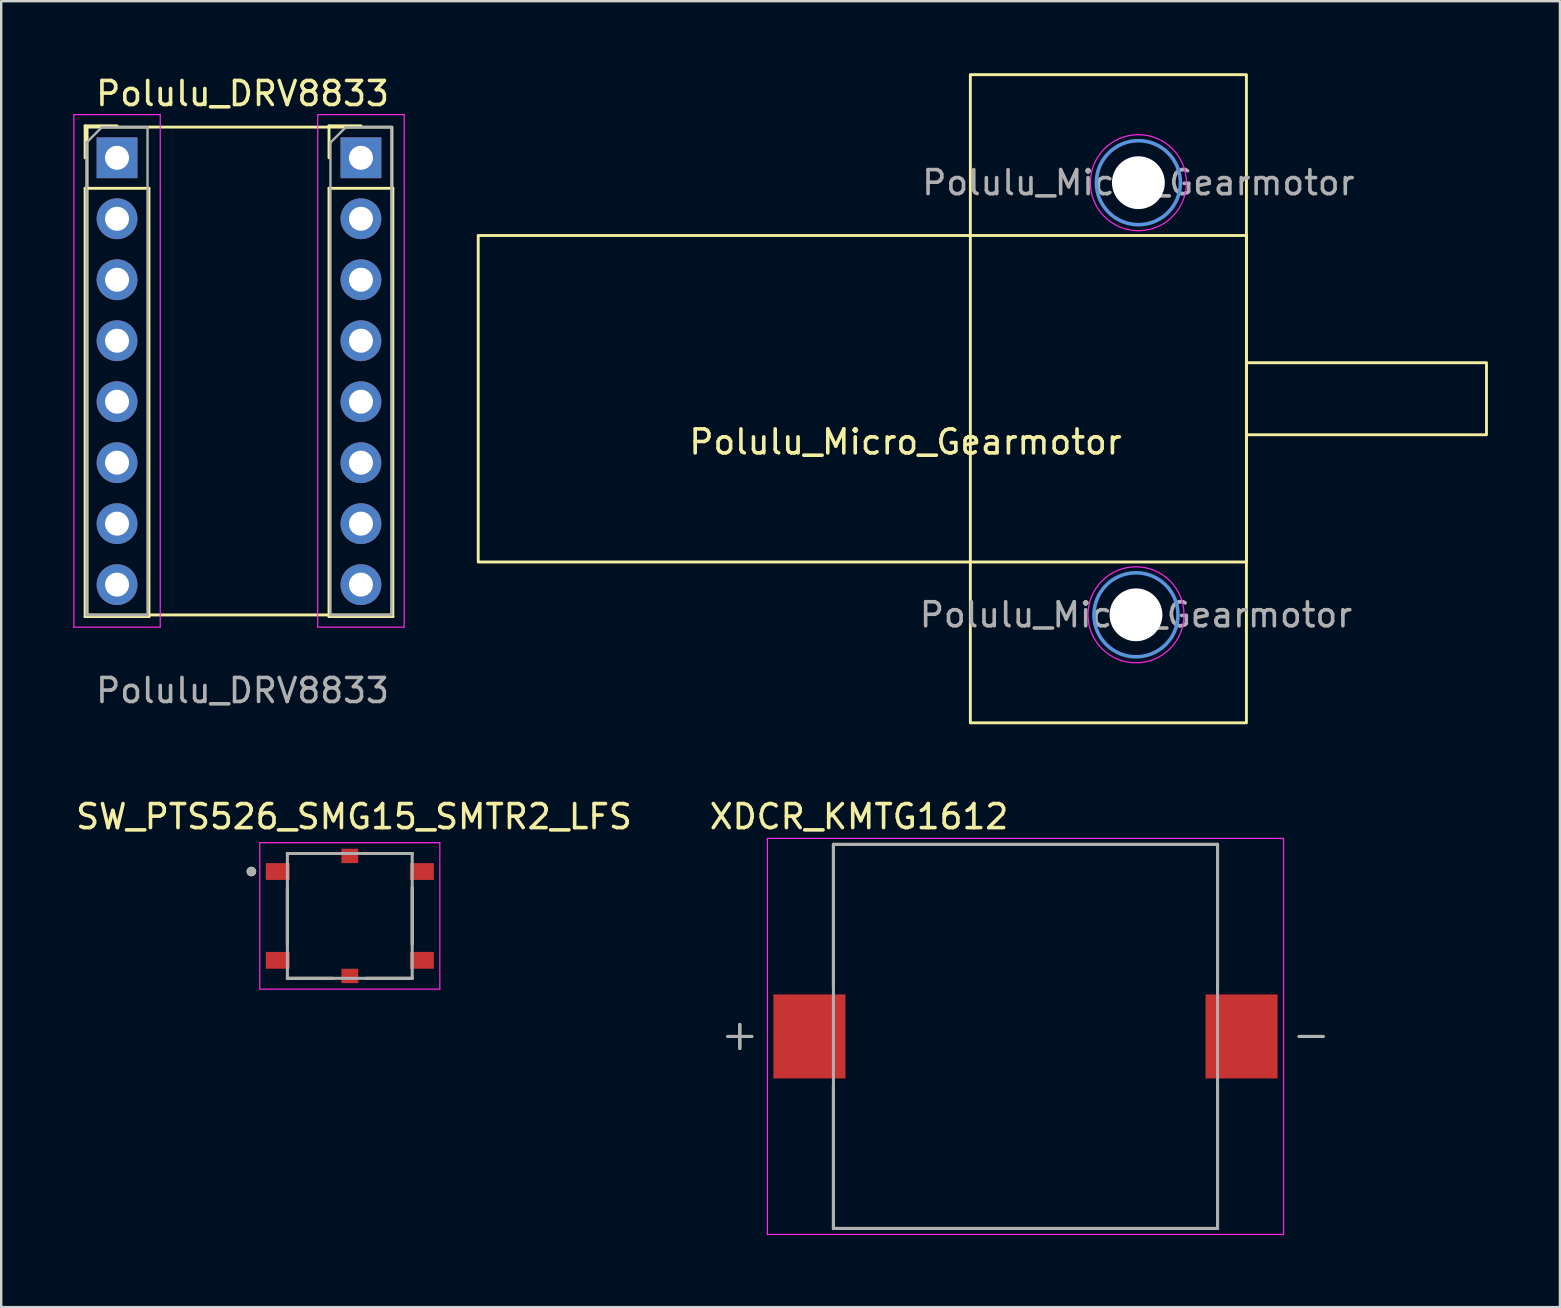
<source format=kicad_pcb>
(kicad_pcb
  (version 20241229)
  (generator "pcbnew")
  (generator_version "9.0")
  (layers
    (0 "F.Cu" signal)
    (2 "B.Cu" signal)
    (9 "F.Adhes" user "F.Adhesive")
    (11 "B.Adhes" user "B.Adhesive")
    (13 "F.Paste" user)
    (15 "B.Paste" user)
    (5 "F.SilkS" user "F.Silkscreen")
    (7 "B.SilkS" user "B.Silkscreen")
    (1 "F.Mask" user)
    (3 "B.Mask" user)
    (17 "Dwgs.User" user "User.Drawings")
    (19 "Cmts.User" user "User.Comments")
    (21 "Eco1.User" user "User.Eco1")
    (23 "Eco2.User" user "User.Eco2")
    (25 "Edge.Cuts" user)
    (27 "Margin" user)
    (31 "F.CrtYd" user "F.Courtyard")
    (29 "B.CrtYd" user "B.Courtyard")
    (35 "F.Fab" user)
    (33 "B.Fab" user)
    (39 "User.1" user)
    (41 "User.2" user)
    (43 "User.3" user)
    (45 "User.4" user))
  (footprint "SW_PTS526_SMG15_SMTR2_LFS"
    (layer "F.Cu")
    (at 11.521 35.103)
    (property "Reference" "SW_PTS526_SMG15_SMTR2_LFS" (at 0.175 -4.135 0) (layer "F.SilkS") (effects (font (size 1 1) (thickness 0.15))))
    (attr smd)
    (fp_line (start -2.6 -2.6) (end -0.67 -2.6) (stroke (width 0.127) (type solid)) (layer "F.SilkS"))
    (fp_line (start -2.6 -1.18) (end -2.6 1.18) (stroke (width 0.127) (type solid)) (layer "F.SilkS"))
    (fp_line (start -2.6 2.6) (end -0.67 2.6) (stroke (width 0.127) (type solid)) (layer "F.SilkS"))
    (fp_line (start 0.67 -2.6) (end 2.6 -2.6) (stroke (width 0.127) (type solid)) (layer "F.SilkS"))
    (fp_line (start 0.67 2.6) (end 2.6 2.6) (stroke (width 0.127) (type solid)) (layer "F.SilkS"))
    (fp_line (start 2.6 -1.18) (end 2.6 1.18) (stroke (width 0.127) (type solid)) (layer "F.SilkS"))
    (fp_circle (center -4.1 -1.85) (end -4 -1.85) (stroke (width 0.2) (type solid)) (fill no) (layer "F.SilkS"))
    (fp_line (start -3.75 -3.05) (end 3.75 -3.05) (stroke (width 0.05) (type solid)) (layer "F.CrtYd"))
    (fp_line (start -3.75 3.05) (end -3.75 -3.05) (stroke (width 0.05) (type solid)) (layer "F.CrtYd"))
    (fp_line (start 3.75 -3.05) (end 3.75 3.05) (stroke (width 0.05) (type solid)) (layer "F.CrtYd"))
    (fp_line (start 3.75 3.05) (end -3.75 3.05) (stroke (width 0.05) (type solid)) (layer "F.CrtYd"))
    (fp_line (start -2.6 -2.6) (end 2.6 -2.6) (stroke (width 0.127) (type solid)) (layer "F.Fab"))
    (fp_line (start -2.6 2.6) (end -2.6 -2.6) (stroke (width 0.127) (type solid)) (layer "F.Fab"))
    (fp_line (start 2.6 -2.6) (end 2.6 2.6) (stroke (width 0.127) (type solid)) (layer "F.Fab"))
    (fp_line (start 2.6 2.6) (end -2.6 2.6) (stroke (width 0.127) (type solid)) (layer "F.Fab"))
    (fp_circle (center -4.1 -1.85) (end -4 -1.85) (stroke (width 0.2) (type solid)) (fill no) (layer "F.Fab"))
    (pad "1" smd rect (at -3 -1.85) (size 1 0.7) (layers "F.Cu" "F.Mask" "F.Paste"))
    (pad "2" smd rect (at 3 -1.85) (size 1 0.7) (layers "F.Cu" "F.Mask" "F.Paste"))
    (pad "3" smd rect (at -3 1.85) (size 1 0.7) (layers "F.Cu" "F.Mask" "F.Paste"))
    (pad "4" smd rect (at 3 1.85) (size 1 0.7) (layers "F.Cu" "F.Mask" "F.Paste"))
    (pad "G1" smd rect (at 0 -2.5) (size 0.7 0.6) (layers "F.Cu" "F.Mask" "F.Paste"))
    (pad "G2" smd rect (at 0 2.5) (size 0.7 0.6) (layers "F.Cu" "F.Mask" "F.Paste")))
  (footprint "Polulu_DRV8833"
    (layer "F.Cu")
    (at 7.054 12.532)
    (property "Reference" "Polulu_DRV8833" (at 0 -11.684 0) (unlocked yes) (layer "F.SilkS") (effects (font (size 1 1) (thickness 0.15))))
    (attr through_hole)
    (fp_line (start -6.559 -10.339) (end -5.229 -10.339) (stroke (width 0.12) (type solid)) (layer "F.SilkS"))
    (fp_line (start -6.559 -9.009) (end -6.559 -10.339) (stroke (width 0.12) (type solid)) (layer "F.SilkS"))
    (fp_line (start -6.559 -7.739) (end -6.559 10.101) (stroke (width 0.12) (type solid)) (layer "F.SilkS"))
    (fp_line (start -6.559 -7.739) (end -3.899 -7.739) (stroke (width 0.12) (type solid)) (layer "F.SilkS"))
    (fp_line (start -6.559 10.101) (end -3.899 10.101) (stroke (width 0.12) (type solid)) (layer "F.SilkS"))
    (fp_line (start -3.899 -7.739) (end -3.899 10.101) (stroke (width 0.12) (type solid)) (layer "F.SilkS"))
    (fp_line (start 3.601 -10.339) (end 4.931 -10.339) (stroke (width 0.12) (type solid)) (layer "F.SilkS"))
    (fp_line (start 3.601 -9.009) (end 3.601 -10.339) (stroke (width 0.12) (type solid)) (layer "F.SilkS"))
    (fp_line (start 3.601 -7.739) (end 3.601 10.101) (stroke (width 0.12) (type solid)) (layer "F.SilkS"))
    (fp_line (start 3.601 -7.739) (end 6.261 -7.739) (stroke (width 0.12) (type solid)) (layer "F.SilkS"))
    (fp_line (start 3.601 10.101) (end 6.261 10.101) (stroke (width 0.12) (type solid)) (layer "F.SilkS"))
    (fp_line (start 6.261 -7.739) (end 6.261 10.101) (stroke (width 0.12) (type solid)) (layer "F.SilkS"))
    (fp_rect (start -6.477 -10.287) (end 6.223 10.033) (stroke (width 0.12) (type solid)) (fill no) (layer "F.SilkS"))
    (fp_line (start -7.029 -10.809) (end -7.029 10.541) (stroke (width 0.05) (type solid)) (layer "F.CrtYd"))
    (fp_line (start -7.029 10.541) (end -3.429 10.541) (stroke (width 0.05) (type solid)) (layer "F.CrtYd"))
    (fp_line (start -3.429 -10.809) (end -7.029 -10.809) (stroke (width 0.05) (type solid)) (layer "F.CrtYd"))
    (fp_line (start -3.429 10.541) (end -3.429 -10.809) (stroke (width 0.05) (type solid)) (layer "F.CrtYd"))
    (fp_line (start 3.131 -10.809) (end 3.131 10.541) (stroke (width 0.05) (type solid)) (layer "F.CrtYd"))
    (fp_line (start 3.131 10.541) (end 6.731 10.541) (stroke (width 0.05) (type solid)) (layer "F.CrtYd"))
    (fp_line (start 6.731 -10.809) (end 3.131 -10.809) (stroke (width 0.05) (type solid)) (layer "F.CrtYd"))
    (fp_line (start 6.731 10.541) (end 6.731 -10.809) (stroke (width 0.05) (type solid)) (layer "F.CrtYd"))
    (fp_line (start -6.499 -9.644) (end -5.864 -10.279) (stroke (width 0.1) (type solid)) (layer "F.Fab"))
    (fp_line (start -6.499 10.041) (end -6.499 -9.644) (stroke (width 0.1) (type solid)) (layer "F.Fab"))
    (fp_line (start -5.864 -10.279) (end -3.959 -10.279) (stroke (width 0.1) (type solid)) (layer "F.Fab"))
    (fp_line (start -3.959 -10.279) (end -3.959 10.041) (stroke (width 0.1) (type solid)) (layer "F.Fab"))
    (fp_line (start -3.959 10.041) (end -6.499 10.041) (stroke (width 0.1) (type solid)) (layer "F.Fab"))
    (fp_line (start 3.661 -9.644) (end 4.296 -10.279) (stroke (width 0.1) (type solid)) (layer "F.Fab"))
    (fp_line (start 3.661 10.041) (end 3.661 -9.644) (stroke (width 0.1) (type solid)) (layer "F.Fab"))
    (fp_line (start 4.296 -10.279) (end 6.201 -10.279) (stroke (width 0.1) (type solid)) (layer "F.Fab"))
    (fp_line (start 6.201 -10.279) (end 6.201 10.041) (stroke (width 0.1) (type solid)) (layer "F.Fab"))
    (fp_line (start 6.201 10.041) (end 3.661 10.041) (stroke (width 0.1) (type solid)) (layer "F.Fab"))
    (fp_text user "${REFERENCE}" (at 0 13.184 0) (unlocked yes) (layer "F.Fab") (effects (font (size 1 1) (thickness 0.15))))
    (pad "1" thru_hole rect (at -5.229 -9.009) (size 1.7 1.7) (drill 1) (layers "*.Cu" "*.Mask"))
    (pad "2" thru_hole oval (at -5.229 -6.469) (size 1.7 1.7) (drill 1) (layers "*.Cu" "*.Mask"))
    (pad "3" thru_hole oval (at -5.229 -3.929) (size 1.7 1.7) (drill 1) (layers "*.Cu" "*.Mask"))
    (pad "4" thru_hole oval (at -5.229 -1.389) (size 1.7 1.7) (drill 1) (layers "*.Cu" "*.Mask"))
    (pad "5" thru_hole oval (at -5.229 1.151) (size 1.7 1.7) (drill 1) (layers "*.Cu" "*.Mask"))
    (pad "6" thru_hole oval (at -5.229 3.691) (size 1.7 1.7) (drill 1) (layers "*.Cu" "*.Mask"))
    (pad "7" thru_hole oval (at -5.229 6.231) (size 1.7 1.7) (drill 1) (layers "*.Cu" "*.Mask"))
    (pad "8" thru_hole oval (at -5.229 8.771) (size 1.7 1.7) (drill 1) (layers "*.Cu" "*.Mask"))
    (pad "9" thru_hole rect (at 4.931 -9.009) (size 1.7 1.7) (drill 1) (layers "*.Cu" "*.Mask"))
    (pad "10" thru_hole oval (at 4.931 -6.469) (size 1.7 1.7) (drill 1) (layers "*.Cu" "*.Mask"))
    (pad "11" thru_hole oval (at 4.931 -3.929) (size 1.7 1.7) (drill 1) (layers "*.Cu" "*.Mask"))
    (pad "12" thru_hole oval (at 4.931 -1.389) (size 1.7 1.7) (drill 1) (layers "*.Cu" "*.Mask"))
    (pad "13" thru_hole oval (at 4.931 1.151) (size 1.7 1.7) (drill 1) (layers "*.Cu" "*.Mask"))
    (pad "14" thru_hole oval (at 4.931 3.691) (size 1.7 1.7) (drill 1) (layers "*.Cu" "*.Mask"))
    (pad "15" thru_hole oval (at 4.931 6.231) (size 1.7 1.7) (drill 1) (layers "*.Cu" "*.Mask"))
    (pad "16" thru_hole oval (at 4.931 8.771) (size 1.7 1.7) (drill 1) (layers "*.Cu" "*.Mask")))
  (footprint "XDCR_KMTG1612"
    (layer "F.Cu")
    (at 39.667 40.123)
    (property "Reference" "XDCR_KMTG1612" (at -6.935 -9.155 0) (layer "F.SilkS") (effects (font (size 1 1) (thickness 0.15))))
    (attr smd)
    (fp_line (start -12.4 0) (end -11.4 0) (stroke (width 0.127) (type solid)) (layer "F.SilkS"))
    (fp_line (start -11.9 -0.5) (end -11.9 0.5) (stroke (width 0.127) (type solid)) (layer "F.SilkS"))
    (fp_line (start -8 -8) (end 8 -8) (stroke (width 0.127) (type solid)) (layer "F.SilkS"))
    (fp_line (start -8 -2.07) (end -8 -8) (stroke (width 0.127) (type solid)) (layer "F.SilkS"))
    (fp_line (start -8 8) (end -8 2.07) (stroke (width 0.127) (type solid)) (layer "F.SilkS"))
    (fp_line (start 8 -8) (end 8 -2.07) (stroke (width 0.127) (type solid)) (layer "F.SilkS"))
    (fp_line (start 8 8) (end -8 8) (stroke (width 0.127) (type solid)) (layer "F.SilkS"))
    (fp_line (start 8 8) (end 8 2.07) (stroke (width 0.127) (type solid)) (layer "F.SilkS"))
    (fp_line (start 11.4 0) (end 12.4 0) (stroke (width 0.127) (type solid)) (layer "F.SilkS"))
    (fp_line (start -10.75 -8.25) (end -10.75 8.25) (stroke (width 0.05) (type solid)) (layer "F.CrtYd"))
    (fp_line (start -10.75 8.25) (end 10.75 8.25) (stroke (width 0.05) (type solid)) (layer "F.CrtYd"))
    (fp_line (start 10.75 -8.25) (end -10.75 -8.25) (stroke (width 0.05) (type solid)) (layer "F.CrtYd"))
    (fp_line (start 10.75 8.25) (end 10.75 -8.25) (stroke (width 0.05) (type solid)) (layer "F.CrtYd"))
    (fp_line (start -12.4 0) (end -11.4 0) (stroke (width 0.127) (type solid)) (layer "F.Fab"))
    (fp_line (start -11.9 -0.5) (end -11.9 0.5) (stroke (width 0.127) (type solid)) (layer "F.Fab"))
    (fp_line (start -8 -8) (end 8 -8) (stroke (width 0.127) (type solid)) (layer "F.Fab"))
    (fp_line (start -8 8) (end -8 -8) (stroke (width 0.127) (type solid)) (layer "F.Fab"))
    (fp_line (start 8 -8) (end 8 8) (stroke (width 0.127) (type solid)) (layer "F.Fab"))
    (fp_line (start 8 8) (end -8 8) (stroke (width 0.127) (type solid)) (layer "F.Fab"))
    (fp_line (start 11.4 0) (end 12.4 0) (stroke (width 0.127) (type solid)) (layer "F.Fab"))
    (pad "N" smd rect (at 9 0) (size 3 3.5) (layers "F.Cu" "F.Mask" "F.Paste"))
    (pad "P" smd rect (at -9 0) (size 3 3.5) (layers "F.Cu" "F.Mask" "F.Paste")))
  (footprint "Polulu_Micro_Gearmotor"
    (layer "F.Cu")
    (at 37.37 13.56)
    (property "Reference" "Polulu_Micro_Gearmotor" (at -2.7 1.8 0) (layer "F.SilkS") (effects (font (size 1 1) (thickness 0.15))))
    (attr exclude_from_pos_files exclude_from_bom)
    (fp_rect (start -20.5 6.8) (end 11.5 -6.8) (stroke (width 0.12) (type solid)) (fill no) (layer "F.SilkS"))
    (fp_rect (start 0 -13.5) (end 11.5 13.5) (stroke (width 0.12) (type solid)) (fill no) (layer "F.SilkS"))
    (fp_rect (start 11.5 -1.5) (end 21.5 1.5) (stroke (width 0.12) (type solid)) (fill no) (layer "F.SilkS"))
    (fp_circle (center 6.9 9) (end 8.65 9) (stroke (width 0.15) (type solid)) (fill no) (layer "Cmts.User"))
    (fp_circle (center 7 -9) (end 8.75 -9) (stroke (width 0.15) (type solid)) (fill no) (layer "Cmts.User"))
    (fp_circle (center 6.9 9) (end 8.9 9) (stroke (width 0.05) (type solid)) (fill no) (layer "F.CrtYd"))
    (fp_circle (center 7 -9) (end 9 -9) (stroke (width 0.05) (type solid)) (fill no) (layer "F.CrtYd"))
    (fp_text user "${REFERENCE}" (at 7 -9 0) (layer "F.Fab") (effects (font (size 1 1) (thickness 0.15))))
    (fp_text user "${REFERENCE}" (at 6.9 9 0) (layer "F.Fab") (effects (font (size 1 1) (thickness 0.15))))
    (pad "" np_thru_hole circle (at 6.9 9) (size 2.2 2.2) (drill 2.2) (layers "*.Cu" "*.Mask"))
    (pad "" np_thru_hole circle (at 7 -9) (size 2.2 2.2) (drill 2.2) (layers "*.Cu" "*.Mask")))
  (gr_rect
    (start -3 -3)
    (end 61.93 51.398)
    (stroke (width 0.1) (type default))
    (fill no)
    (layer "Edge.Cuts")))
</source>
